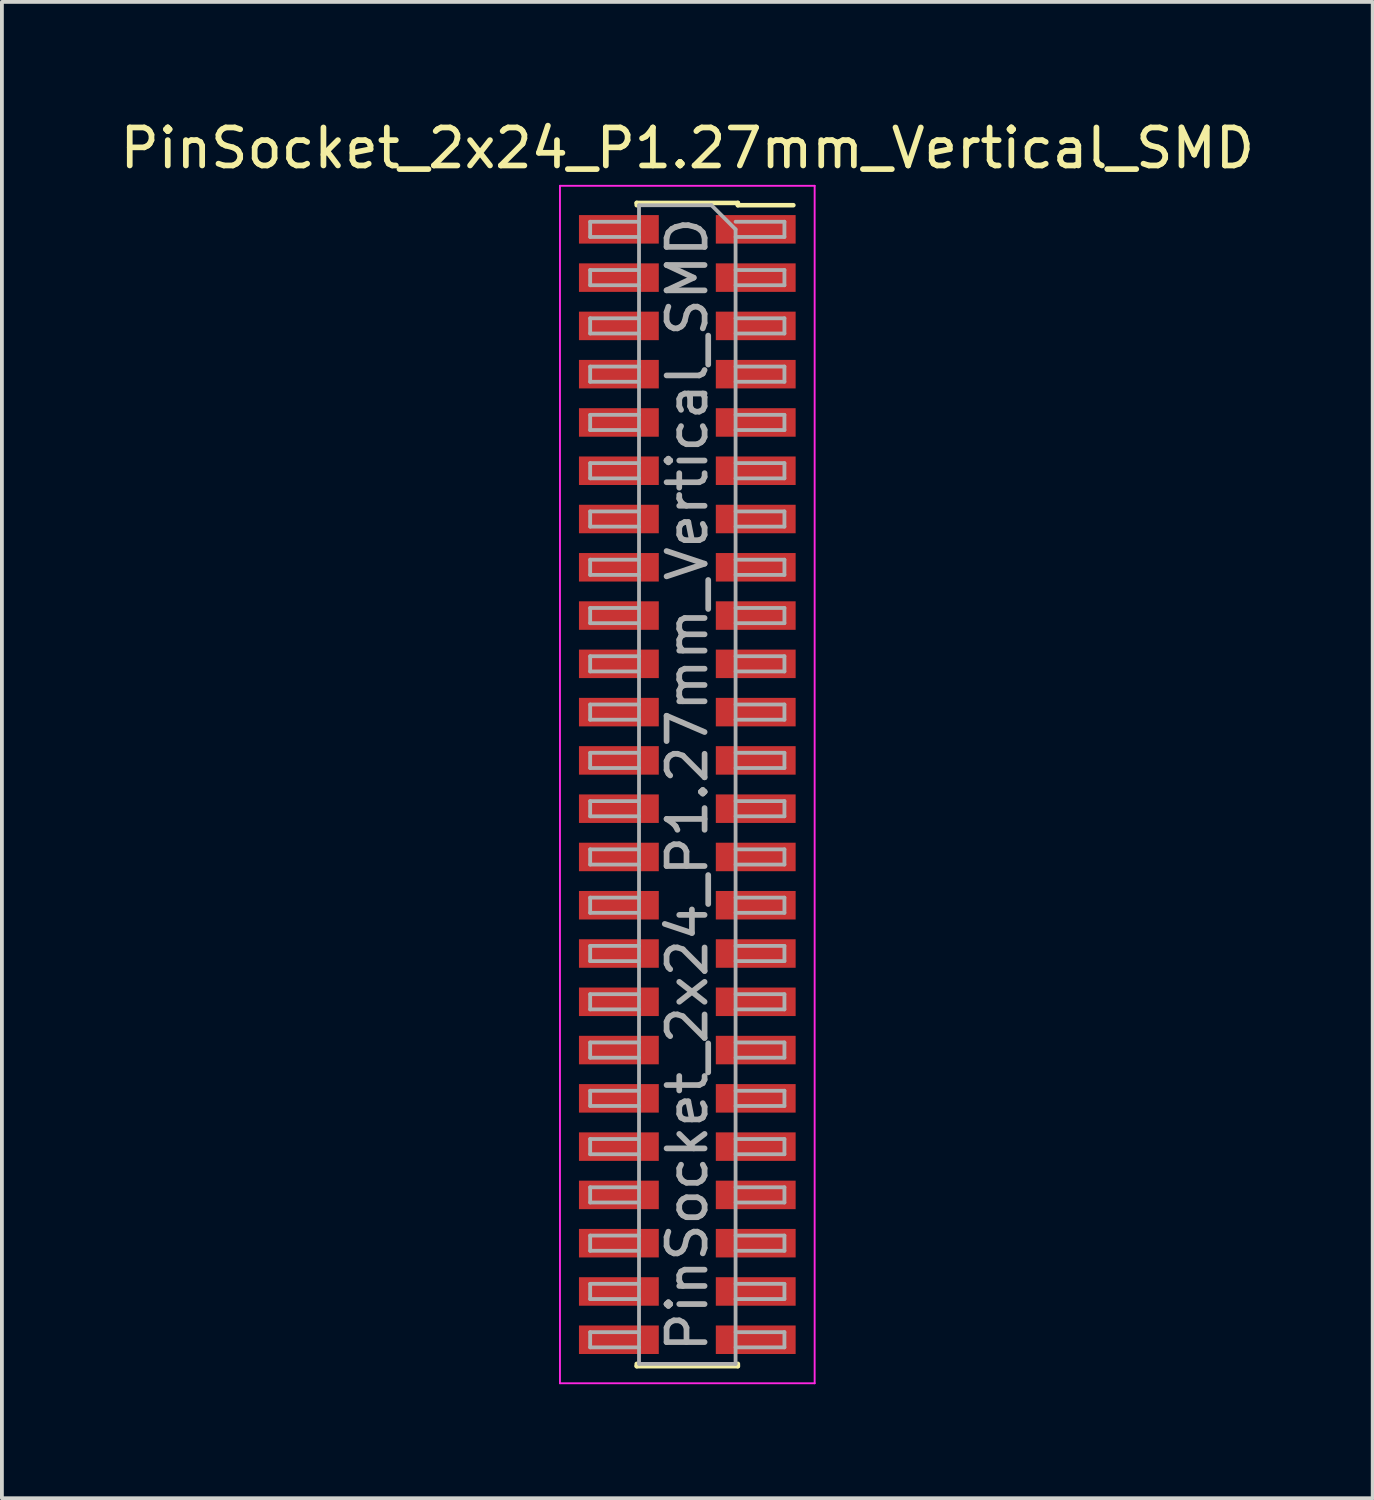
<source format=kicad_pcb>
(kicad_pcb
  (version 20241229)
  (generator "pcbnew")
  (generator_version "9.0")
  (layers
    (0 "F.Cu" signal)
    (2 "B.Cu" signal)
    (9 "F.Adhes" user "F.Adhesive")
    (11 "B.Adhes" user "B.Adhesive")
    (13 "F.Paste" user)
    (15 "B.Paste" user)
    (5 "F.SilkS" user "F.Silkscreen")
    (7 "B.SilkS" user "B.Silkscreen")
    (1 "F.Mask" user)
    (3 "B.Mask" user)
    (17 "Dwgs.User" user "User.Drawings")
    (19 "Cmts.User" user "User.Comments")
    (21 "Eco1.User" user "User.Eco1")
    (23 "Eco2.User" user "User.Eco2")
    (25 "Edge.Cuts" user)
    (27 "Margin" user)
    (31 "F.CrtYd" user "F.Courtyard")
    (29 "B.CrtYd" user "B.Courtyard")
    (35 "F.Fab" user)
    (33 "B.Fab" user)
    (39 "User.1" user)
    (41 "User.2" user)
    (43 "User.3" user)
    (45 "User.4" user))
  (footprint "PinSocket_2x24_P1.27mm_Vertical_SMD"
    (layer "F.Cu")
    (at 15.03 17.588)
    (property "Reference" "PinSocket_2x24_P1.27mm_Vertical_SMD" (at 0 -16.74 0) (layer "F.SilkS") (effects (font (size 1 1) (thickness 0.15))))
    (attr smd)
    (fp_line (start -1.33 -15.3) (end -1.33 -15.24) (stroke (width 0.12) (type solid)) (layer "F.SilkS"))
    (fp_line (start -1.33 -15.3) (end 1.33 -15.3) (stroke (width 0.12) (type solid)) (layer "F.SilkS"))
    (fp_line (start -1.33 15.24) (end -1.33 15.3) (stroke (width 0.12) (type solid)) (layer "F.SilkS"))
    (fp_line (start -1.33 15.3) (end 1.33 15.3) (stroke (width 0.12) (type solid)) (layer "F.SilkS"))
    (fp_line (start 1.33 -15.3) (end 1.33 -15.24) (stroke (width 0.12) (type solid)) (layer "F.SilkS"))
    (fp_line (start 1.33 -15.24) (end 2.79 -15.24) (stroke (width 0.12) (type solid)) (layer "F.SilkS"))
    (fp_line (start 1.33 15.24) (end 1.33 15.3) (stroke (width 0.12) (type solid)) (layer "F.SilkS"))
    (fp_line (start -3.35 -15.75) (end 3.35 -15.75) (stroke (width 0.05) (type solid)) (layer "F.CrtYd"))
    (fp_line (start -3.35 15.75) (end -3.35 -15.75) (stroke (width 0.05) (type solid)) (layer "F.CrtYd"))
    (fp_line (start 3.35 -15.75) (end 3.35 15.75) (stroke (width 0.05) (type solid)) (layer "F.CrtYd"))
    (fp_line (start 3.35 15.75) (end -3.35 15.75) (stroke (width 0.05) (type solid)) (layer "F.CrtYd"))
    (fp_line (start -2.555 -14.805) (end -1.27 -14.805) (stroke (width 0.1) (type solid)) (layer "F.Fab"))
    (fp_line (start -2.555 -14.405) (end -2.555 -14.805) (stroke (width 0.1) (type solid)) (layer "F.Fab"))
    (fp_line (start -2.555 -13.535) (end -1.27 -13.535) (stroke (width 0.1) (type solid)) (layer "F.Fab"))
    (fp_line (start -2.555 -13.135) (end -2.555 -13.535) (stroke (width 0.1) (type solid)) (layer "F.Fab"))
    (fp_line (start -2.555 -12.265) (end -1.27 -12.265) (stroke (width 0.1) (type solid)) (layer "F.Fab"))
    (fp_line (start -2.555 -11.865) (end -2.555 -12.265) (stroke (width 0.1) (type solid)) (layer "F.Fab"))
    (fp_line (start -2.555 -10.995) (end -1.27 -10.995) (stroke (width 0.1) (type solid)) (layer "F.Fab"))
    (fp_line (start -2.555 -10.595) (end -2.555 -10.995) (stroke (width 0.1) (type solid)) (layer "F.Fab"))
    (fp_line (start -2.555 -9.725) (end -1.27 -9.725) (stroke (width 0.1) (type solid)) (layer "F.Fab"))
    (fp_line (start -2.555 -9.325) (end -2.555 -9.725) (stroke (width 0.1) (type solid)) (layer "F.Fab"))
    (fp_line (start -2.555 -8.455) (end -1.27 -8.455) (stroke (width 0.1) (type solid)) (layer "F.Fab"))
    (fp_line (start -2.555 -8.055) (end -2.555 -8.455) (stroke (width 0.1) (type solid)) (layer "F.Fab"))
    (fp_line (start -2.555 -7.185) (end -1.27 -7.185) (stroke (width 0.1) (type solid)) (layer "F.Fab"))
    (fp_line (start -2.555 -6.785) (end -2.555 -7.185) (stroke (width 0.1) (type solid)) (layer "F.Fab"))
    (fp_line (start -2.555 -5.915) (end -1.27 -5.915) (stroke (width 0.1) (type solid)) (layer "F.Fab"))
    (fp_line (start -2.555 -5.515) (end -2.555 -5.915) (stroke (width 0.1) (type solid)) (layer "F.Fab"))
    (fp_line (start -2.555 -4.645) (end -1.27 -4.645) (stroke (width 0.1) (type solid)) (layer "F.Fab"))
    (fp_line (start -2.555 -4.245) (end -2.555 -4.645) (stroke (width 0.1) (type solid)) (layer "F.Fab"))
    (fp_line (start -2.555 -3.375) (end -1.27 -3.375) (stroke (width 0.1) (type solid)) (layer "F.Fab"))
    (fp_line (start -2.555 -2.975) (end -2.555 -3.375) (stroke (width 0.1) (type solid)) (layer "F.Fab"))
    (fp_line (start -2.555 -2.105) (end -1.27 -2.105) (stroke (width 0.1) (type solid)) (layer "F.Fab"))
    (fp_line (start -2.555 -1.705) (end -2.555 -2.105) (stroke (width 0.1) (type solid)) (layer "F.Fab"))
    (fp_line (start -2.555 -0.835) (end -1.27 -0.835) (stroke (width 0.1) (type solid)) (layer "F.Fab"))
    (fp_line (start -2.555 -0.435) (end -2.555 -0.835) (stroke (width 0.1) (type solid)) (layer "F.Fab"))
    (fp_line (start -2.555 0.435) (end -1.27 0.435) (stroke (width 0.1) (type solid)) (layer "F.Fab"))
    (fp_line (start -2.555 0.835) (end -2.555 0.435) (stroke (width 0.1) (type solid)) (layer "F.Fab"))
    (fp_line (start -2.555 1.705) (end -1.27 1.705) (stroke (width 0.1) (type solid)) (layer "F.Fab"))
    (fp_line (start -2.555 2.105) (end -2.555 1.705) (stroke (width 0.1) (type solid)) (layer "F.Fab"))
    (fp_line (start -2.555 2.975) (end -1.27 2.975) (stroke (width 0.1) (type solid)) (layer "F.Fab"))
    (fp_line (start -2.555 3.375) (end -2.555 2.975) (stroke (width 0.1) (type solid)) (layer "F.Fab"))
    (fp_line (start -2.555 4.245) (end -1.27 4.245) (stroke (width 0.1) (type solid)) (layer "F.Fab"))
    (fp_line (start -2.555 4.645) (end -2.555 4.245) (stroke (width 0.1) (type solid)) (layer "F.Fab"))
    (fp_line (start -2.555 5.515) (end -1.27 5.515) (stroke (width 0.1) (type solid)) (layer "F.Fab"))
    (fp_line (start -2.555 5.915) (end -2.555 5.515) (stroke (width 0.1) (type solid)) (layer "F.Fab"))
    (fp_line (start -2.555 6.785) (end -1.27 6.785) (stroke (width 0.1) (type solid)) (layer "F.Fab"))
    (fp_line (start -2.555 7.185) (end -2.555 6.785) (stroke (width 0.1) (type solid)) (layer "F.Fab"))
    (fp_line (start -2.555 8.055) (end -1.27 8.055) (stroke (width 0.1) (type solid)) (layer "F.Fab"))
    (fp_line (start -2.555 8.455) (end -2.555 8.055) (stroke (width 0.1) (type solid)) (layer "F.Fab"))
    (fp_line (start -2.555 9.325) (end -1.27 9.325) (stroke (width 0.1) (type solid)) (layer "F.Fab"))
    (fp_line (start -2.555 9.725) (end -2.555 9.325) (stroke (width 0.1) (type solid)) (layer "F.Fab"))
    (fp_line (start -2.555 10.595) (end -1.27 10.595) (stroke (width 0.1) (type solid)) (layer "F.Fab"))
    (fp_line (start -2.555 10.995) (end -2.555 10.595) (stroke (width 0.1) (type solid)) (layer "F.Fab"))
    (fp_line (start -2.555 11.865) (end -1.27 11.865) (stroke (width 0.1) (type solid)) (layer "F.Fab"))
    (fp_line (start -2.555 12.265) (end -2.555 11.865) (stroke (width 0.1) (type solid)) (layer "F.Fab"))
    (fp_line (start -2.555 13.135) (end -1.27 13.135) (stroke (width 0.1) (type solid)) (layer "F.Fab"))
    (fp_line (start -2.555 13.535) (end -2.555 13.135) (stroke (width 0.1) (type solid)) (layer "F.Fab"))
    (fp_line (start -2.555 14.405) (end -1.27 14.405) (stroke (width 0.1) (type solid)) (layer "F.Fab"))
    (fp_line (start -2.555 14.805) (end -2.555 14.405) (stroke (width 0.1) (type solid)) (layer "F.Fab"))
    (fp_line (start -1.27 -15.24) (end 0.635 -15.24) (stroke (width 0.1) (type solid)) (layer "F.Fab"))
    (fp_line (start -1.27 -14.405) (end -2.555 -14.405) (stroke (width 0.1) (type solid)) (layer "F.Fab"))
    (fp_line (start -1.27 -13.135) (end -2.555 -13.135) (stroke (width 0.1) (type solid)) (layer "F.Fab"))
    (fp_line (start -1.27 -11.865) (end -2.555 -11.865) (stroke (width 0.1) (type solid)) (layer "F.Fab"))
    (fp_line (start -1.27 -10.595) (end -2.555 -10.595) (stroke (width 0.1) (type solid)) (layer "F.Fab"))
    (fp_line (start -1.27 -9.325) (end -2.555 -9.325) (stroke (width 0.1) (type solid)) (layer "F.Fab"))
    (fp_line (start -1.27 -8.055) (end -2.555 -8.055) (stroke (width 0.1) (type solid)) (layer "F.Fab"))
    (fp_line (start -1.27 -6.785) (end -2.555 -6.785) (stroke (width 0.1) (type solid)) (layer "F.Fab"))
    (fp_line (start -1.27 -5.515) (end -2.555 -5.515) (stroke (width 0.1) (type solid)) (layer "F.Fab"))
    (fp_line (start -1.27 -4.245) (end -2.555 -4.245) (stroke (width 0.1) (type solid)) (layer "F.Fab"))
    (fp_line (start -1.27 -2.975) (end -2.555 -2.975) (stroke (width 0.1) (type solid)) (layer "F.Fab"))
    (fp_line (start -1.27 -1.705) (end -2.555 -1.705) (stroke (width 0.1) (type solid)) (layer "F.Fab"))
    (fp_line (start -1.27 -0.435) (end -2.555 -0.435) (stroke (width 0.1) (type solid)) (layer "F.Fab"))
    (fp_line (start -1.27 0.835) (end -2.555 0.835) (stroke (width 0.1) (type solid)) (layer "F.Fab"))
    (fp_line (start -1.27 2.105) (end -2.555 2.105) (stroke (width 0.1) (type solid)) (layer "F.Fab"))
    (fp_line (start -1.27 3.375) (end -2.555 3.375) (stroke (width 0.1) (type solid)) (layer "F.Fab"))
    (fp_line (start -1.27 4.645) (end -2.555 4.645) (stroke (width 0.1) (type solid)) (layer "F.Fab"))
    (fp_line (start -1.27 5.915) (end -2.555 5.915) (stroke (width 0.1) (type solid)) (layer "F.Fab"))
    (fp_line (start -1.27 7.185) (end -2.555 7.185) (stroke (width 0.1) (type solid)) (layer "F.Fab"))
    (fp_line (start -1.27 8.455) (end -2.555 8.455) (stroke (width 0.1) (type solid)) (layer "F.Fab"))
    (fp_line (start -1.27 9.725) (end -2.555 9.725) (stroke (width 0.1) (type solid)) (layer "F.Fab"))
    (fp_line (start -1.27 10.995) (end -2.555 10.995) (stroke (width 0.1) (type solid)) (layer "F.Fab"))
    (fp_line (start -1.27 12.265) (end -2.555 12.265) (stroke (width 0.1) (type solid)) (layer "F.Fab"))
    (fp_line (start -1.27 13.535) (end -2.555 13.535) (stroke (width 0.1) (type solid)) (layer "F.Fab"))
    (fp_line (start -1.27 14.805) (end -2.555 14.805) (stroke (width 0.1) (type solid)) (layer "F.Fab"))
    (fp_line (start -1.27 15.24) (end -1.27 -15.24) (stroke (width 0.1) (type solid)) (layer "F.Fab"))
    (fp_line (start 0.635 -15.24) (end 1.27 -14.605) (stroke (width 0.1) (type solid)) (layer "F.Fab"))
    (fp_line (start 1.27 -14.805) (end 2.555 -14.805) (stroke (width 0.1) (type solid)) (layer "F.Fab"))
    (fp_line (start 1.27 -14.605) (end 1.27 15.24) (stroke (width 0.1) (type solid)) (layer "F.Fab"))
    (fp_line (start 1.27 -13.535) (end 2.555 -13.535) (stroke (width 0.1) (type solid)) (layer "F.Fab"))
    (fp_line (start 1.27 -12.265) (end 2.555 -12.265) (stroke (width 0.1) (type solid)) (layer "F.Fab"))
    (fp_line (start 1.27 -10.995) (end 2.555 -10.995) (stroke (width 0.1) (type solid)) (layer "F.Fab"))
    (fp_line (start 1.27 -9.725) (end 2.555 -9.725) (stroke (width 0.1) (type solid)) (layer "F.Fab"))
    (fp_line (start 1.27 -8.455) (end 2.555 -8.455) (stroke (width 0.1) (type solid)) (layer "F.Fab"))
    (fp_line (start 1.27 -7.185) (end 2.555 -7.185) (stroke (width 0.1) (type solid)) (layer "F.Fab"))
    (fp_line (start 1.27 -5.915) (end 2.555 -5.915) (stroke (width 0.1) (type solid)) (layer "F.Fab"))
    (fp_line (start 1.27 -4.645) (end 2.555 -4.645) (stroke (width 0.1) (type solid)) (layer "F.Fab"))
    (fp_line (start 1.27 -3.375) (end 2.555 -3.375) (stroke (width 0.1) (type solid)) (layer "F.Fab"))
    (fp_line (start 1.27 -2.105) (end 2.555 -2.105) (stroke (width 0.1) (type solid)) (layer "F.Fab"))
    (fp_line (start 1.27 -0.835) (end 2.555 -0.835) (stroke (width 0.1) (type solid)) (layer "F.Fab"))
    (fp_line (start 1.27 0.435) (end 2.555 0.435) (stroke (width 0.1) (type solid)) (layer "F.Fab"))
    (fp_line (start 1.27 1.705) (end 2.555 1.705) (stroke (width 0.1) (type solid)) (layer "F.Fab"))
    (fp_line (start 1.27 2.975) (end 2.555 2.975) (stroke (width 0.1) (type solid)) (layer "F.Fab"))
    (fp_line (start 1.27 4.245) (end 2.555 4.245) (stroke (width 0.1) (type solid)) (layer "F.Fab"))
    (fp_line (start 1.27 5.515) (end 2.555 5.515) (stroke (width 0.1) (type solid)) (layer "F.Fab"))
    (fp_line (start 1.27 6.785) (end 2.555 6.785) (stroke (width 0.1) (type solid)) (layer "F.Fab"))
    (fp_line (start 1.27 8.055) (end 2.555 8.055) (stroke (width 0.1) (type solid)) (layer "F.Fab"))
    (fp_line (start 1.27 9.325) (end 2.555 9.325) (stroke (width 0.1) (type solid)) (layer "F.Fab"))
    (fp_line (start 1.27 10.595) (end 2.555 10.595) (stroke (width 0.1) (type solid)) (layer "F.Fab"))
    (fp_line (start 1.27 11.865) (end 2.555 11.865) (stroke (width 0.1) (type solid)) (layer "F.Fab"))
    (fp_line (start 1.27 13.135) (end 2.555 13.135) (stroke (width 0.1) (type solid)) (layer "F.Fab"))
    (fp_line (start 1.27 14.405) (end 2.555 14.405) (stroke (width 0.1) (type solid)) (layer "F.Fab"))
    (fp_line (start 1.27 15.24) (end -1.27 15.24) (stroke (width 0.1) (type solid)) (layer "F.Fab"))
    (fp_line (start 2.555 -14.805) (end 2.555 -14.405) (stroke (width 0.1) (type solid)) (layer "F.Fab"))
    (fp_line (start 2.555 -14.405) (end 1.27 -14.405) (stroke (width 0.1) (type solid)) (layer "F.Fab"))
    (fp_line (start 2.555 -13.535) (end 2.555 -13.135) (stroke (width 0.1) (type solid)) (layer "F.Fab"))
    (fp_line (start 2.555 -13.135) (end 1.27 -13.135) (stroke (width 0.1) (type solid)) (layer "F.Fab"))
    (fp_line (start 2.555 -12.265) (end 2.555 -11.865) (stroke (width 0.1) (type solid)) (layer "F.Fab"))
    (fp_line (start 2.555 -11.865) (end 1.27 -11.865) (stroke (width 0.1) (type solid)) (layer "F.Fab"))
    (fp_line (start 2.555 -10.995) (end 2.555 -10.595) (stroke (width 0.1) (type solid)) (layer "F.Fab"))
    (fp_line (start 2.555 -10.595) (end 1.27 -10.595) (stroke (width 0.1) (type solid)) (layer "F.Fab"))
    (fp_line (start 2.555 -9.725) (end 2.555 -9.325) (stroke (width 0.1) (type solid)) (layer "F.Fab"))
    (fp_line (start 2.555 -9.325) (end 1.27 -9.325) (stroke (width 0.1) (type solid)) (layer "F.Fab"))
    (fp_line (start 2.555 -8.455) (end 2.555 -8.055) (stroke (width 0.1) (type solid)) (layer "F.Fab"))
    (fp_line (start 2.555 -8.055) (end 1.27 -8.055) (stroke (width 0.1) (type solid)) (layer "F.Fab"))
    (fp_line (start 2.555 -7.185) (end 2.555 -6.785) (stroke (width 0.1) (type solid)) (layer "F.Fab"))
    (fp_line (start 2.555 -6.785) (end 1.27 -6.785) (stroke (width 0.1) (type solid)) (layer "F.Fab"))
    (fp_line (start 2.555 -5.915) (end 2.555 -5.515) (stroke (width 0.1) (type solid)) (layer "F.Fab"))
    (fp_line (start 2.555 -5.515) (end 1.27 -5.515) (stroke (width 0.1) (type solid)) (layer "F.Fab"))
    (fp_line (start 2.555 -4.645) (end 2.555 -4.245) (stroke (width 0.1) (type solid)) (layer "F.Fab"))
    (fp_line (start 2.555 -4.245) (end 1.27 -4.245) (stroke (width 0.1) (type solid)) (layer "F.Fab"))
    (fp_line (start 2.555 -3.375) (end 2.555 -2.975) (stroke (width 0.1) (type solid)) (layer "F.Fab"))
    (fp_line (start 2.555 -2.975) (end 1.27 -2.975) (stroke (width 0.1) (type solid)) (layer "F.Fab"))
    (fp_line (start 2.555 -2.105) (end 2.555 -1.705) (stroke (width 0.1) (type solid)) (layer "F.Fab"))
    (fp_line (start 2.555 -1.705) (end 1.27 -1.705) (stroke (width 0.1) (type solid)) (layer "F.Fab"))
    (fp_line (start 2.555 -0.835) (end 2.555 -0.435) (stroke (width 0.1) (type solid)) (layer "F.Fab"))
    (fp_line (start 2.555 -0.435) (end 1.27 -0.435) (stroke (width 0.1) (type solid)) (layer "F.Fab"))
    (fp_line (start 2.555 0.435) (end 2.555 0.835) (stroke (width 0.1) (type solid)) (layer "F.Fab"))
    (fp_line (start 2.555 0.835) (end 1.27 0.835) (stroke (width 0.1) (type solid)) (layer "F.Fab"))
    (fp_line (start 2.555 1.705) (end 2.555 2.105) (stroke (width 0.1) (type solid)) (layer "F.Fab"))
    (fp_line (start 2.555 2.105) (end 1.27 2.105) (stroke (width 0.1) (type solid)) (layer "F.Fab"))
    (fp_line (start 2.555 2.975) (end 2.555 3.375) (stroke (width 0.1) (type solid)) (layer "F.Fab"))
    (fp_line (start 2.555 3.375) (end 1.27 3.375) (stroke (width 0.1) (type solid)) (layer "F.Fab"))
    (fp_line (start 2.555 4.245) (end 2.555 4.645) (stroke (width 0.1) (type solid)) (layer "F.Fab"))
    (fp_line (start 2.555 4.645) (end 1.27 4.645) (stroke (width 0.1) (type solid)) (layer "F.Fab"))
    (fp_line (start 2.555 5.515) (end 2.555 5.915) (stroke (width 0.1) (type solid)) (layer "F.Fab"))
    (fp_line (start 2.555 5.915) (end 1.27 5.915) (stroke (width 0.1) (type solid)) (layer "F.Fab"))
    (fp_line (start 2.555 6.785) (end 2.555 7.185) (stroke (width 0.1) (type solid)) (layer "F.Fab"))
    (fp_line (start 2.555 7.185) (end 1.27 7.185) (stroke (width 0.1) (type solid)) (layer "F.Fab"))
    (fp_line (start 2.555 8.055) (end 2.555 8.455) (stroke (width 0.1) (type solid)) (layer "F.Fab"))
    (fp_line (start 2.555 8.455) (end 1.27 8.455) (stroke (width 0.1) (type solid)) (layer "F.Fab"))
    (fp_line (start 2.555 9.325) (end 2.555 9.725) (stroke (width 0.1) (type solid)) (layer "F.Fab"))
    (fp_line (start 2.555 9.725) (end 1.27 9.725) (stroke (width 0.1) (type solid)) (layer "F.Fab"))
    (fp_line (start 2.555 10.595) (end 2.555 10.995) (stroke (width 0.1) (type solid)) (layer "F.Fab"))
    (fp_line (start 2.555 10.995) (end 1.27 10.995) (stroke (width 0.1) (type solid)) (layer "F.Fab"))
    (fp_line (start 2.555 11.865) (end 2.555 12.265) (stroke (width 0.1) (type solid)) (layer "F.Fab"))
    (fp_line (start 2.555 12.265) (end 1.27 12.265) (stroke (width 0.1) (type solid)) (layer "F.Fab"))
    (fp_line (start 2.555 13.135) (end 2.555 13.535) (stroke (width 0.1) (type solid)) (layer "F.Fab"))
    (fp_line (start 2.555 13.535) (end 1.27 13.535) (stroke (width 0.1) (type solid)) (layer "F.Fab"))
    (fp_line (start 2.555 14.405) (end 2.555 14.805) (stroke (width 0.1) (type solid)) (layer "F.Fab"))
    (fp_line (start 2.555 14.805) (end 1.27 14.805) (stroke (width 0.1) (type solid)) (layer "F.Fab"))
    (fp_text user "${REFERENCE}" (at 0 0 90) (layer "F.Fab") (effects (font (size 1 1) (thickness 0.15))))
    (pad "1" smd rect (at 1.8 -14.605) (size 2.1 0.75) (layers "F.Cu" "F.Mask" "F.Paste"))
    (pad "2" smd rect (at -1.8 -14.605) (size 2.1 0.75) (layers "F.Cu" "F.Mask" "F.Paste"))
    (pad "3" smd rect (at 1.8 -13.335) (size 2.1 0.75) (layers "F.Cu" "F.Mask" "F.Paste"))
    (pad "4" smd rect (at -1.8 -13.335) (size 2.1 0.75) (layers "F.Cu" "F.Mask" "F.Paste"))
    (pad "5" smd rect (at 1.8 -12.065) (size 2.1 0.75) (layers "F.Cu" "F.Mask" "F.Paste"))
    (pad "6" smd rect (at -1.8 -12.065) (size 2.1 0.75) (layers "F.Cu" "F.Mask" "F.Paste"))
    (pad "7" smd rect (at 1.8 -10.795) (size 2.1 0.75) (layers "F.Cu" "F.Mask" "F.Paste"))
    (pad "8" smd rect (at -1.8 -10.795) (size 2.1 0.75) (layers "F.Cu" "F.Mask" "F.Paste"))
    (pad "9" smd rect (at 1.8 -9.525) (size 2.1 0.75) (layers "F.Cu" "F.Mask" "F.Paste"))
    (pad "10" smd rect (at -1.8 -9.525) (size 2.1 0.75) (layers "F.Cu" "F.Mask" "F.Paste"))
    (pad "11" smd rect (at 1.8 -8.255) (size 2.1 0.75) (layers "F.Cu" "F.Mask" "F.Paste"))
    (pad "12" smd rect (at -1.8 -8.255) (size 2.1 0.75) (layers "F.Cu" "F.Mask" "F.Paste"))
    (pad "13" smd rect (at 1.8 -6.985) (size 2.1 0.75) (layers "F.Cu" "F.Mask" "F.Paste"))
    (pad "14" smd rect (at -1.8 -6.985) (size 2.1 0.75) (layers "F.Cu" "F.Mask" "F.Paste"))
    (pad "15" smd rect (at 1.8 -5.715) (size 2.1 0.75) (layers "F.Cu" "F.Mask" "F.Paste"))
    (pad "16" smd rect (at -1.8 -5.715) (size 2.1 0.75) (layers "F.Cu" "F.Mask" "F.Paste"))
    (pad "17" smd rect (at 1.8 -4.445) (size 2.1 0.75) (layers "F.Cu" "F.Mask" "F.Paste"))
    (pad "18" smd rect (at -1.8 -4.445) (size 2.1 0.75) (layers "F.Cu" "F.Mask" "F.Paste"))
    (pad "19" smd rect (at 1.8 -3.175) (size 2.1 0.75) (layers "F.Cu" "F.Mask" "F.Paste"))
    (pad "20" smd rect (at -1.8 -3.175) (size 2.1 0.75) (layers "F.Cu" "F.Mask" "F.Paste"))
    (pad "21" smd rect (at 1.8 -1.905) (size 2.1 0.75) (layers "F.Cu" "F.Mask" "F.Paste"))
    (pad "22" smd rect (at -1.8 -1.905) (size 2.1 0.75) (layers "F.Cu" "F.Mask" "F.Paste"))
    (pad "23" smd rect (at 1.8 -0.635) (size 2.1 0.75) (layers "F.Cu" "F.Mask" "F.Paste"))
    (pad "24" smd rect (at -1.8 -0.635) (size 2.1 0.75) (layers "F.Cu" "F.Mask" "F.Paste"))
    (pad "25" smd rect (at 1.8 0.635) (size 2.1 0.75) (layers "F.Cu" "F.Mask" "F.Paste"))
    (pad "26" smd rect (at -1.8 0.635) (size 2.1 0.75) (layers "F.Cu" "F.Mask" "F.Paste"))
    (pad "27" smd rect (at 1.8 1.905) (size 2.1 0.75) (layers "F.Cu" "F.Mask" "F.Paste"))
    (pad "28" smd rect (at -1.8 1.905) (size 2.1 0.75) (layers "F.Cu" "F.Mask" "F.Paste"))
    (pad "29" smd rect (at 1.8 3.175) (size 2.1 0.75) (layers "F.Cu" "F.Mask" "F.Paste"))
    (pad "30" smd rect (at -1.8 3.175) (size 2.1 0.75) (layers "F.Cu" "F.Mask" "F.Paste"))
    (pad "31" smd rect (at 1.8 4.445) (size 2.1 0.75) (layers "F.Cu" "F.Mask" "F.Paste"))
    (pad "32" smd rect (at -1.8 4.445) (size 2.1 0.75) (layers "F.Cu" "F.Mask" "F.Paste"))
    (pad "33" smd rect (at 1.8 5.715) (size 2.1 0.75) (layers "F.Cu" "F.Mask" "F.Paste"))
    (pad "34" smd rect (at -1.8 5.715) (size 2.1 0.75) (layers "F.Cu" "F.Mask" "F.Paste"))
    (pad "35" smd rect (at 1.8 6.985) (size 2.1 0.75) (layers "F.Cu" "F.Mask" "F.Paste"))
    (pad "36" smd rect (at -1.8 6.985) (size 2.1 0.75) (layers "F.Cu" "F.Mask" "F.Paste"))
    (pad "37" smd rect (at 1.8 8.255) (size 2.1 0.75) (layers "F.Cu" "F.Mask" "F.Paste"))
    (pad "38" smd rect (at -1.8 8.255) (size 2.1 0.75) (layers "F.Cu" "F.Mask" "F.Paste"))
    (pad "39" smd rect (at 1.8 9.525) (size 2.1 0.75) (layers "F.Cu" "F.Mask" "F.Paste"))
    (pad "40" smd rect (at -1.8 9.525) (size 2.1 0.75) (layers "F.Cu" "F.Mask" "F.Paste"))
    (pad "41" smd rect (at 1.8 10.795) (size 2.1 0.75) (layers "F.Cu" "F.Mask" "F.Paste"))
    (pad "42" smd rect (at -1.8 10.795) (size 2.1 0.75) (layers "F.Cu" "F.Mask" "F.Paste"))
    (pad "43" smd rect (at 1.8 12.065) (size 2.1 0.75) (layers "F.Cu" "F.Mask" "F.Paste"))
    (pad "44" smd rect (at -1.8 12.065) (size 2.1 0.75) (layers "F.Cu" "F.Mask" "F.Paste"))
    (pad "45" smd rect (at 1.8 13.335) (size 2.1 0.75) (layers "F.Cu" "F.Mask" "F.Paste"))
    (pad "46" smd rect (at -1.8 13.335) (size 2.1 0.75) (layers "F.Cu" "F.Mask" "F.Paste"))
    (pad "47" smd rect (at 1.8 14.605) (size 2.1 0.75) (layers "F.Cu" "F.Mask" "F.Paste"))
    (pad "48" smd rect (at -1.8 14.605) (size 2.1 0.75) (layers "F.Cu" "F.Mask" "F.Paste")))
  (gr_rect
    (start -3 -3)
    (end 33.06 36.363)
    (stroke (width 0.1) (type default))
    (fill no)
    (layer "Edge.Cuts")))
</source>
